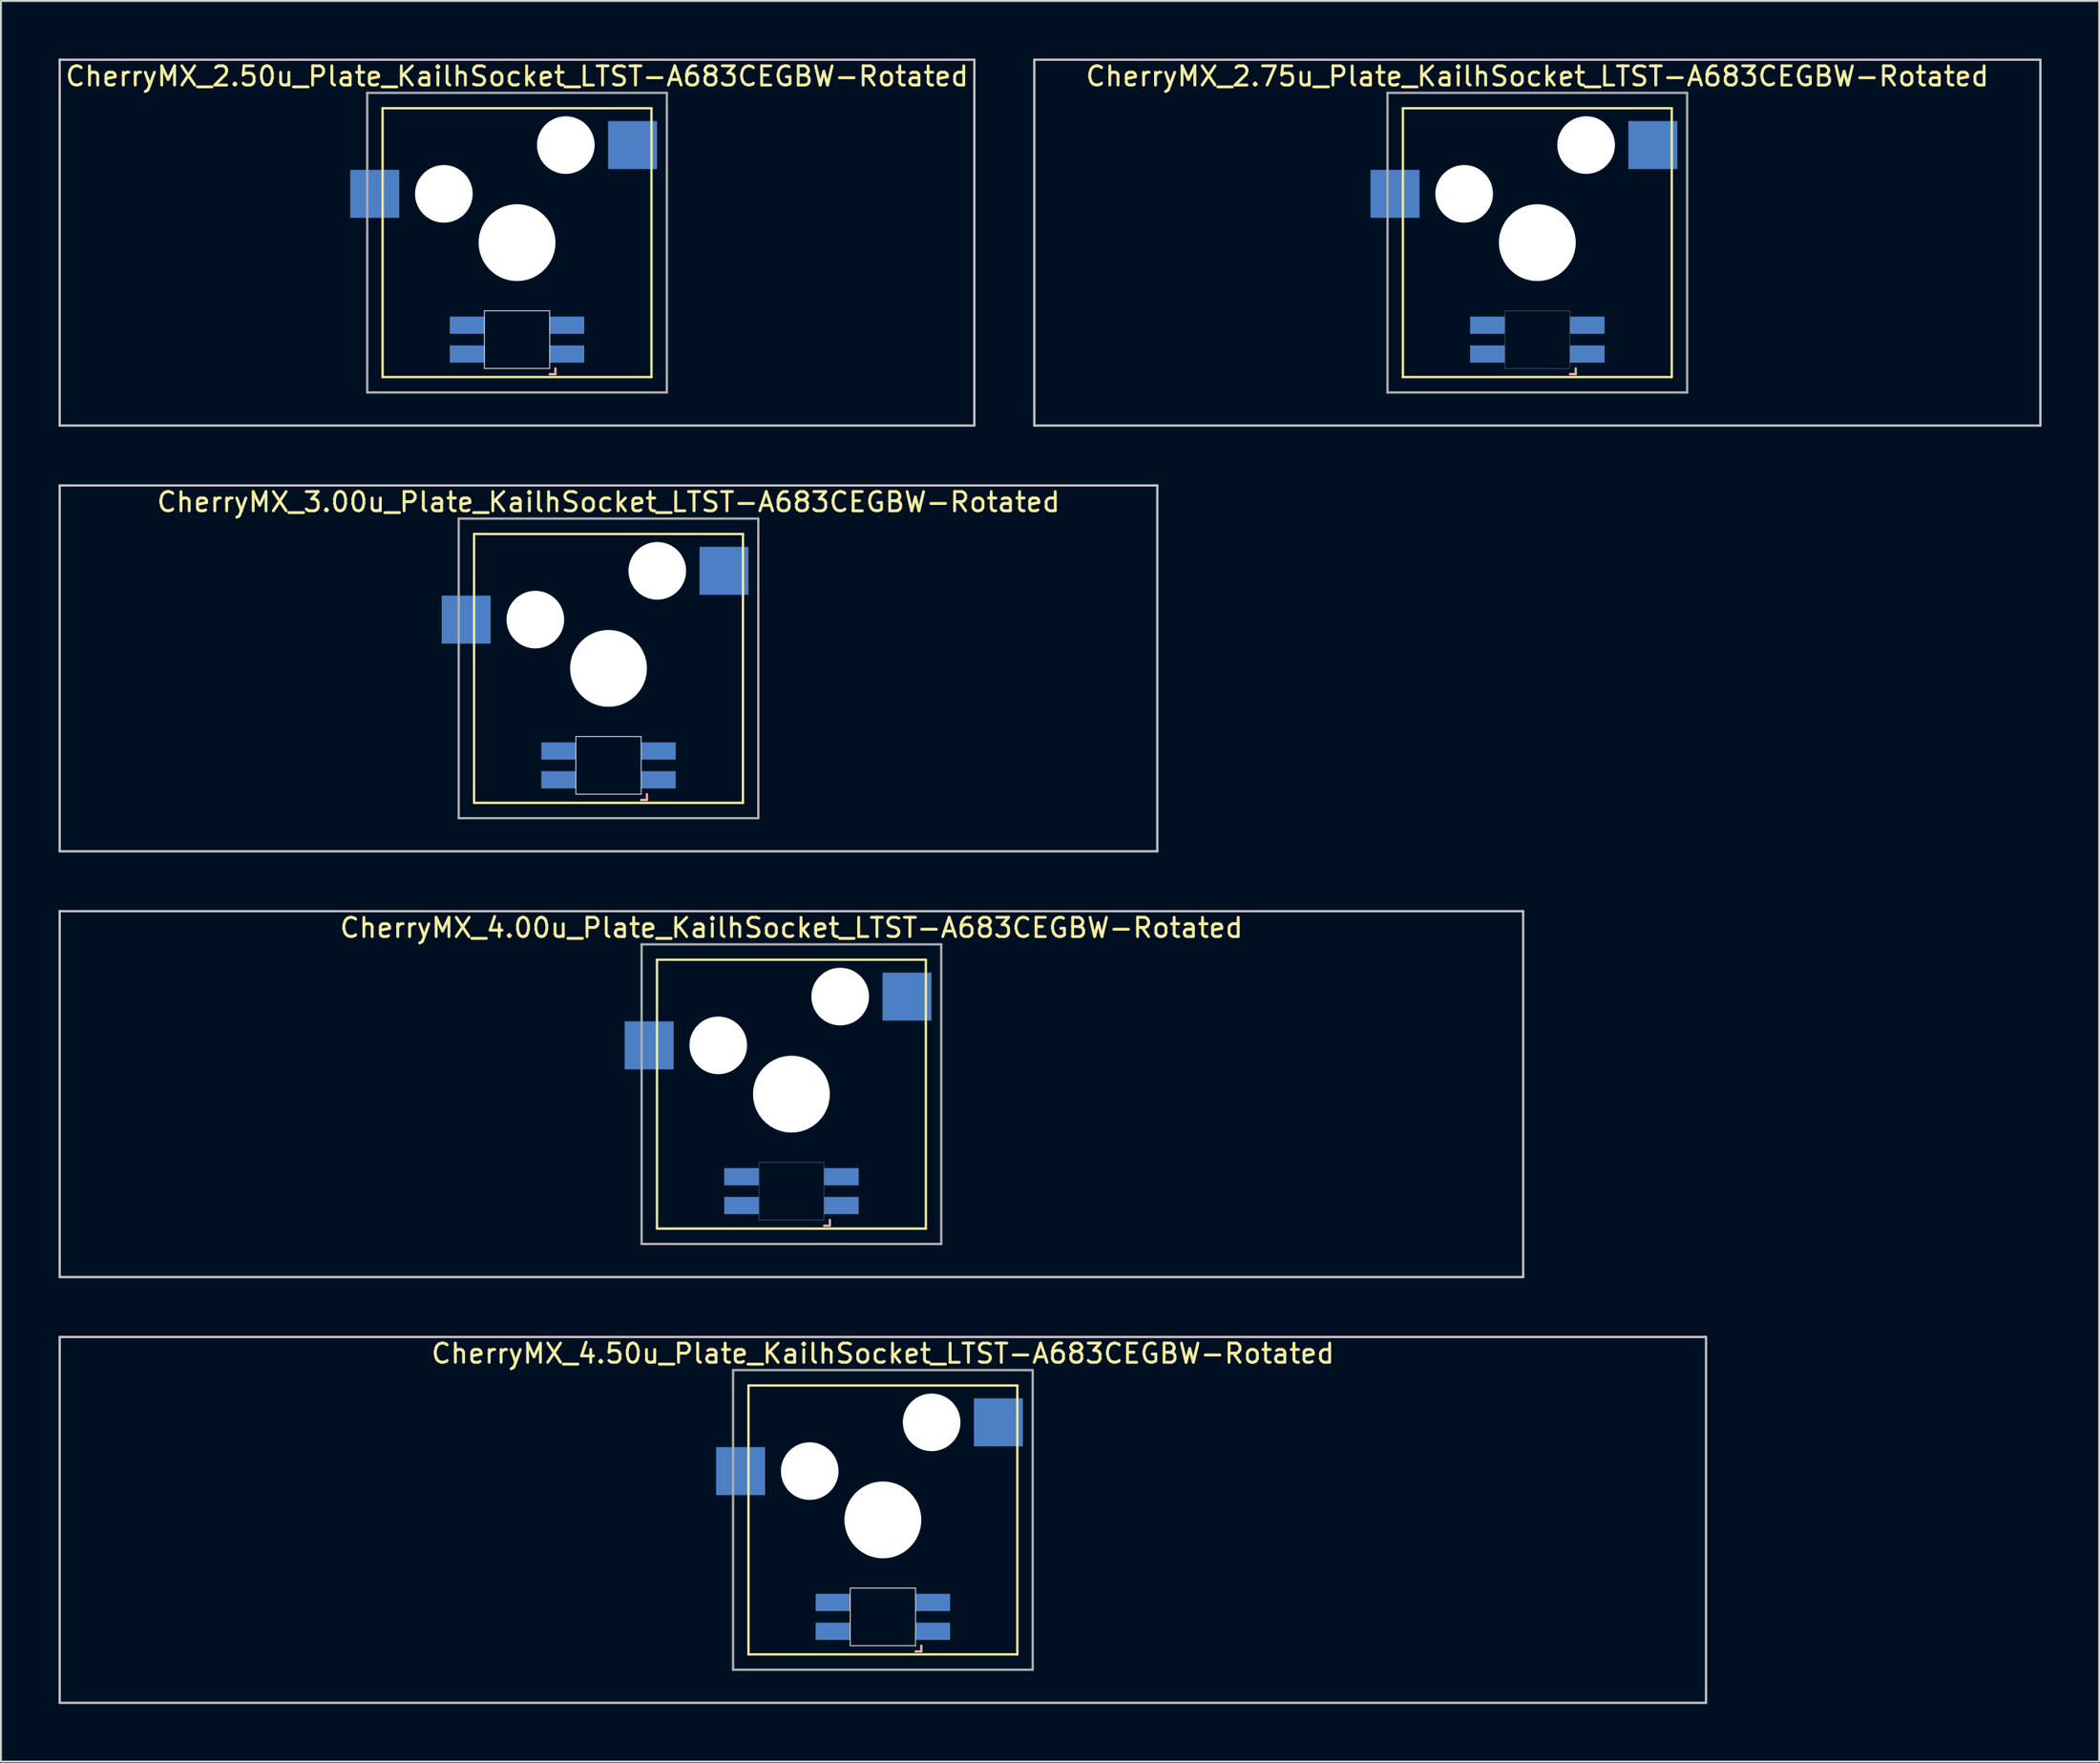
<source format=kicad_pcb>
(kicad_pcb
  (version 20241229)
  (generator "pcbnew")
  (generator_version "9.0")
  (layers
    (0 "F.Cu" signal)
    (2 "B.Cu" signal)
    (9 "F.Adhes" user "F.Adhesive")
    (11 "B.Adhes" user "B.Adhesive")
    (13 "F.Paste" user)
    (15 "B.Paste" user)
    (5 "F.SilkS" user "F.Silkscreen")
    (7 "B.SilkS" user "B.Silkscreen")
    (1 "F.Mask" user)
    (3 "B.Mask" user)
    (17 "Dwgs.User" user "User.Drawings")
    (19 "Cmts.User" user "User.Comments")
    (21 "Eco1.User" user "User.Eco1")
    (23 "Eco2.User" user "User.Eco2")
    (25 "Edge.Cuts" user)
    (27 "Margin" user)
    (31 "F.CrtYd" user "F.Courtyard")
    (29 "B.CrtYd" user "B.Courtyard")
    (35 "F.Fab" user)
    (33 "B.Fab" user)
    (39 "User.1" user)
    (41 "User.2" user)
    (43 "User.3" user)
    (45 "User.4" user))
  (footprint "CherryMX_4.00u_Plate_KailhSocket_LTST-A683CEGBW-Rotated"
    (layer "F.Cu")
    (at 38.16 53.925)
    (property "Reference" "CherryMX_4.00u_Plate_KailhSocket_LTST-A683CEGBW-Rotated" (at 0 -8.662 0) (layer "F.SilkS") (effects (font (size 1 1) (thickness 0.15))))
    (attr through_hole)
    (fp_line (start -7 -7) (end -7 7) (stroke (width 0.12) (type solid)) (layer "F.SilkS"))
    (fp_line (start -7 -7) (end 7 -7) (stroke (width 0.12) (type solid)) (layer "F.SilkS"))
    (fp_line (start 7 -7) (end 7 7) (stroke (width 0.12) (type solid)) (layer "F.SilkS"))
    (fp_line (start 7 7) (end -7 7) (stroke (width 0.12) (type solid)) (layer "F.SilkS"))
    (fp_line (start 1.7 6.85) (end 2 6.85) (stroke (width 0.12) (type solid)) (layer "B.SilkS"))
    (fp_line (start 2 6.85) (end 2 6.55) (stroke (width 0.12) (type solid)) (layer "B.SilkS"))
    (fp_line (start -38.1 -9.525) (end 38.1 -9.525) (stroke (width 0.12) (type solid)) (layer "Dwgs.User"))
    (fp_line (start -38.1 9.525) (end -38.1 -9.525) (stroke (width 0.12) (type solid)) (layer "Dwgs.User"))
    (fp_line (start 38.1 -9.525) (end 38.1 9.525) (stroke (width 0.12) (type solid)) (layer "Dwgs.User"))
    (fp_line (start 38.1 9.525) (end -38.1 9.525) (stroke (width 0.12) (type solid)) (layer "Dwgs.User"))
    (fp_poly (pts (xy -1.7 3.55) (xy 1.7 3.55) (xy 1.7 6.55) (xy -1.7 6.55)) (stroke (width 0.01) (type solid)) (fill no) (layer "Edge.Cuts"))
    (fp_line (start -7.8 -7.8) (end -7.8 7.8) (stroke (width 0.12) (type solid)) (layer "F.Fab"))
    (fp_line (start -7.8 -7.8) (end 7.8 -7.8) (stroke (width 0.12) (type solid)) (layer "F.Fab"))
    (fp_line (start -7.8 7.8) (end 7.8 7.8) (stroke (width 0.12) (type solid)) (layer "F.Fab"))
    (fp_line (start 7.8 -7.8) (end 7.8 7.8) (stroke (width 0.12) (type solid)) (layer "F.Fab"))
    (pad "" np_thru_hole circle (at -3.81 -2.54) (size 3 3) (drill 3) (layers "*.Cu" "*.Mask"))
    (pad "" np_thru_hole circle (at 0 0) (size 4 4) (drill 4) (layers "*.Cu" "*.Mask"))
    (pad "" np_thru_hole circle (at 2.54 -5.08) (size 3 3) (drill 3) (layers "*.Cu" "*.Mask"))
    (pad "1" smd rect (at -7.41 -2.54) (size 2.55 2.5) (layers "B.Cu" "B.Mask" "B.Paste"))
    (pad "2" smd rect (at 6.015 -5.08) (size 2.55 2.5) (layers "B.Cu" "B.Mask" "B.Paste"))
    (pad "3" smd rect (at 2.6 5.8 180) (size 1.8 0.9) (layers "B.Cu" "B.Mask" "B.Paste"))
    (pad "4" smd rect (at 2.6 4.3 180) (size 1.8 0.9) (layers "B.Cu" "B.Mask" "B.Paste"))
    (pad "5" smd rect (at -2.6 5.8 180) (size 1.8 0.9) (layers "B.Cu" "B.Mask" "B.Paste"))
    (pad "6" smd rect (at -2.6 4.3 180) (size 1.8 0.9) (layers "B.Cu" "B.Mask" "B.Paste")))
  (footprint "CherryMX_2.75u_Plate_KailhSocket_LTST-A683CEGBW-Rotated"
    (layer "F.Cu")
    (at 76.999 9.585)
    (property "Reference" "CherryMX_2.75u_Plate_KailhSocket_LTST-A683CEGBW-Rotated" (at 0 -8.662 0) (layer "F.SilkS") (effects (font (size 1 1) (thickness 0.15))))
    (attr through_hole)
    (fp_line (start -7 -7) (end -7 7) (stroke (width 0.12) (type solid)) (layer "F.SilkS"))
    (fp_line (start -7 -7) (end 7 -7) (stroke (width 0.12) (type solid)) (layer "F.SilkS"))
    (fp_line (start 7 -7) (end 7 7) (stroke (width 0.12) (type solid)) (layer "F.SilkS"))
    (fp_line (start 7 7) (end -7 7) (stroke (width 0.12) (type solid)) (layer "F.SilkS"))
    (fp_line (start 1.7 6.85) (end 2 6.85) (stroke (width 0.12) (type solid)) (layer "B.SilkS"))
    (fp_line (start 2 6.85) (end 2 6.55) (stroke (width 0.12) (type solid)) (layer "B.SilkS"))
    (fp_line (start -26.194 -9.525) (end 26.194 -9.525) (stroke (width 0.12) (type solid)) (layer "Dwgs.User"))
    (fp_line (start -26.194 9.525) (end -26.194 -9.525) (stroke (width 0.12) (type solid)) (layer "Dwgs.User"))
    (fp_line (start 26.194 -9.525) (end 26.194 9.525) (stroke (width 0.12) (type solid)) (layer "Dwgs.User"))
    (fp_line (start 26.194 9.525) (end -26.194 9.525) (stroke (width 0.12) (type solid)) (layer "Dwgs.User"))
    (fp_poly (pts (xy -1.7 3.55) (xy 1.7 3.55) (xy 1.7 6.55) (xy -1.7 6.55)) (stroke (width 0.01) (type solid)) (fill no) (layer "Edge.Cuts"))
    (fp_line (start -7.8 -7.8) (end -7.8 7.8) (stroke (width 0.12) (type solid)) (layer "F.Fab"))
    (fp_line (start -7.8 -7.8) (end 7.8 -7.8) (stroke (width 0.12) (type solid)) (layer "F.Fab"))
    (fp_line (start -7.8 7.8) (end 7.8 7.8) (stroke (width 0.12) (type solid)) (layer "F.Fab"))
    (fp_line (start 7.8 -7.8) (end 7.8 7.8) (stroke (width 0.12) (type solid)) (layer "F.Fab"))
    (pad "" np_thru_hole circle (at -3.81 -2.54) (size 3 3) (drill 3) (layers "*.Cu" "*.Mask"))
    (pad "" np_thru_hole circle (at 0 0) (size 4 4) (drill 4) (layers "*.Cu" "*.Mask"))
    (pad "" np_thru_hole circle (at 2.54 -5.08) (size 3 3) (drill 3) (layers "*.Cu" "*.Mask"))
    (pad "1" smd rect (at -7.41 -2.54) (size 2.55 2.5) (layers "B.Cu" "B.Mask" "B.Paste"))
    (pad "2" smd rect (at 6.015 -5.08) (size 2.55 2.5) (layers "B.Cu" "B.Mask" "B.Paste"))
    (pad "3" smd rect (at 2.6 5.8 180) (size 1.8 0.9) (layers "B.Cu" "B.Mask" "B.Paste"))
    (pad "4" smd rect (at 2.6 4.3 180) (size 1.8 0.9) (layers "B.Cu" "B.Mask" "B.Paste"))
    (pad "5" smd rect (at -2.6 5.8 180) (size 1.8 0.9) (layers "B.Cu" "B.Mask" "B.Paste"))
    (pad "6" smd rect (at -2.6 4.3 180) (size 1.8 0.9) (layers "B.Cu" "B.Mask" "B.Paste")))
  (footprint "CherryMX_3.00u_Plate_KailhSocket_LTST-A683CEGBW-Rotated"
    (layer "F.Cu")
    (at 28.635 31.755)
    (property "Reference" "CherryMX_3.00u_Plate_KailhSocket_LTST-A683CEGBW-Rotated" (at 0 -8.662 0) (layer "F.SilkS") (effects (font (size 1 1) (thickness 0.15))))
    (attr through_hole)
    (fp_line (start -7 -7) (end -7 7) (stroke (width 0.12) (type solid)) (layer "F.SilkS"))
    (fp_line (start -7 -7) (end 7 -7) (stroke (width 0.12) (type solid)) (layer "F.SilkS"))
    (fp_line (start 7 -7) (end 7 7) (stroke (width 0.12) (type solid)) (layer "F.SilkS"))
    (fp_line (start 7 7) (end -7 7) (stroke (width 0.12) (type solid)) (layer "F.SilkS"))
    (fp_line (start 1.7 6.85) (end 2 6.85) (stroke (width 0.12) (type solid)) (layer "B.SilkS"))
    (fp_line (start 2 6.85) (end 2 6.55) (stroke (width 0.12) (type solid)) (layer "B.SilkS"))
    (fp_line (start -28.575 -9.525) (end 28.575 -9.525) (stroke (width 0.12) (type solid)) (layer "Dwgs.User"))
    (fp_line (start -28.575 9.525) (end -28.575 -9.525) (stroke (width 0.12) (type solid)) (layer "Dwgs.User"))
    (fp_line (start 28.575 -9.525) (end 28.575 9.525) (stroke (width 0.12) (type solid)) (layer "Dwgs.User"))
    (fp_line (start 28.575 9.525) (end -28.575 9.525) (stroke (width 0.12) (type solid)) (layer "Dwgs.User"))
    (fp_line (start -1.7 3.55) (end 1.7 3.55) (stroke (width 0.05) (type solid)) (layer "Edge.Cuts"))
    (fp_line (start -1.7 6.55) (end -1.7 3.55) (stroke (width 0.05) (type solid)) (layer "Edge.Cuts"))
    (fp_line (start 1.7 3.55) (end 1.7 6.55) (stroke (width 0.05) (type solid)) (layer "Edge.Cuts"))
    (fp_line (start 1.7 6.55) (end -1.7 6.55) (stroke (width 0.05) (type solid)) (layer "Edge.Cuts"))
    (fp_line (start -7.8 -7.8) (end -7.8 7.8) (stroke (width 0.12) (type solid)) (layer "F.Fab"))
    (fp_line (start -7.8 -7.8) (end 7.8 -7.8) (stroke (width 0.12) (type solid)) (layer "F.Fab"))
    (fp_line (start -7.8 7.8) (end 7.8 7.8) (stroke (width 0.12) (type solid)) (layer "F.Fab"))
    (fp_line (start 7.8 -7.8) (end 7.8 7.8) (stroke (width 0.12) (type solid)) (layer "F.Fab"))
    (pad "" np_thru_hole circle (at -3.81 -2.54) (size 3 3) (drill 3) (layers "*.Cu" "*.Mask"))
    (pad "" np_thru_hole circle (at 0 0) (size 4 4) (drill 4) (layers "*.Cu" "*.Mask"))
    (pad "" np_thru_hole circle (at 2.54 -5.08) (size 3 3) (drill 3) (layers "*.Cu" "*.Mask"))
    (pad "1" smd rect (at -7.41 -2.54) (size 2.55 2.5) (layers "B.Cu" "B.Mask" "B.Paste"))
    (pad "2" smd rect (at 6.015 -5.08) (size 2.55 2.5) (layers "B.Cu" "B.Mask" "B.Paste"))
    (pad "3" smd rect (at 2.6 5.8 180) (size 1.8 0.9) (layers "B.Cu" "B.Mask" "B.Paste"))
    (pad "4" smd rect (at 2.6 4.3 180) (size 1.8 0.9) (layers "B.Cu" "B.Mask" "B.Paste"))
    (pad "5" smd rect (at -2.6 5.8 180) (size 1.8 0.9) (layers "B.Cu" "B.Mask" "B.Paste"))
    (pad "6" smd rect (at -2.6 4.3 180) (size 1.8 0.9) (layers "B.Cu" "B.Mask" "B.Paste")))
  (footprint "CherryMX_4.50u_Plate_KailhSocket_LTST-A683CEGBW-Rotated"
    (layer "F.Cu")
    (at 42.922 76.095)
    (property "Reference" "CherryMX_4.50u_Plate_KailhSocket_LTST-A683CEGBW-Rotated" (at 0 -8.662 0) (layer "F.SilkS") (effects (font (size 1 1) (thickness 0.15))))
    (attr through_hole)
    (fp_line (start -7 -7) (end -7 7) (stroke (width 0.12) (type solid)) (layer "F.SilkS"))
    (fp_line (start -7 -7) (end 7 -7) (stroke (width 0.12) (type solid)) (layer "F.SilkS"))
    (fp_line (start 7 -7) (end 7 7) (stroke (width 0.12) (type solid)) (layer "F.SilkS"))
    (fp_line (start 7 7) (end -7 7) (stroke (width 0.12) (type solid)) (layer "F.SilkS"))
    (fp_line (start 1.7 6.85) (end 2 6.85) (stroke (width 0.12) (type solid)) (layer "B.SilkS"))
    (fp_line (start 2 6.85) (end 2 6.55) (stroke (width 0.12) (type solid)) (layer "B.SilkS"))
    (fp_line (start -42.862 -9.525) (end 42.862 -9.525) (stroke (width 0.12) (type solid)) (layer "Dwgs.User"))
    (fp_line (start -42.862 9.525) (end -42.862 -9.525) (stroke (width 0.12) (type solid)) (layer "Dwgs.User"))
    (fp_line (start 42.862 -9.525) (end 42.862 9.525) (stroke (width 0.12) (type solid)) (layer "Dwgs.User"))
    (fp_line (start 42.862 9.525) (end -42.862 9.525) (stroke (width 0.12) (type solid)) (layer "Dwgs.User"))
    (fp_line (start -1.7 3.55) (end 1.7 3.55) (stroke (width 0.05) (type solid)) (layer "Edge.Cuts"))
    (fp_line (start -1.7 6.55) (end -1.7 3.55) (stroke (width 0.05) (type solid)) (layer "Edge.Cuts"))
    (fp_line (start 1.7 3.55) (end 1.7 6.55) (stroke (width 0.05) (type solid)) (layer "Edge.Cuts"))
    (fp_line (start 1.7 6.55) (end -1.7 6.55) (stroke (width 0.05) (type solid)) (layer "Edge.Cuts"))
    (fp_line (start -7.8 -7.8) (end -7.8 7.8) (stroke (width 0.12) (type solid)) (layer "F.Fab"))
    (fp_line (start -7.8 -7.8) (end 7.8 -7.8) (stroke (width 0.12) (type solid)) (layer "F.Fab"))
    (fp_line (start -7.8 7.8) (end 7.8 7.8) (stroke (width 0.12) (type solid)) (layer "F.Fab"))
    (fp_line (start 7.8 -7.8) (end 7.8 7.8) (stroke (width 0.12) (type solid)) (layer "F.Fab"))
    (pad "" np_thru_hole circle (at -3.81 -2.54) (size 3 3) (drill 3) (layers "*.Cu" "*.Mask"))
    (pad "" np_thru_hole circle (at 0 0) (size 4 4) (drill 4) (layers "*.Cu" "*.Mask"))
    (pad "" np_thru_hole circle (at 2.54 -5.08) (size 3 3) (drill 3) (layers "*.Cu" "*.Mask"))
    (pad "1" smd rect (at -7.41 -2.54) (size 2.55 2.5) (layers "B.Cu" "B.Mask" "B.Paste"))
    (pad "2" smd rect (at 6.015 -5.08) (size 2.55 2.5) (layers "B.Cu" "B.Mask" "B.Paste"))
    (pad "3" smd rect (at 2.6 5.8) (size 1.8 0.9) (layers "B.Cu" "B.Mask" "B.Paste"))
    (pad "4" smd rect (at 2.6 4.3) (size 1.8 0.9) (layers "B.Cu" "B.Mask" "B.Paste"))
    (pad "5" smd rect (at -2.6 5.8) (size 1.8 0.9) (layers "B.Cu" "B.Mask" "B.Paste"))
    (pad "6" smd rect (at -2.6 4.3) (size 1.8 0.9) (layers "B.Cu" "B.Mask" "B.Paste")))
  (footprint "CherryMX_2.50u_Plate_KailhSocket_LTST-A683CEGBW-Rotated"
    (layer "F.Cu")
    (at 23.872 9.585)
    (property "Reference" "CherryMX_2.50u_Plate_KailhSocket_LTST-A683CEGBW-Rotated" (at 0 -8.662 0) (layer "F.SilkS") (effects (font (size 1 1) (thickness 0.15))))
    (attr through_hole)
    (fp_line (start -7 -7) (end -7 7) (stroke (width 0.12) (type solid)) (layer "F.SilkS"))
    (fp_line (start -7 -7) (end 7 -7) (stroke (width 0.12) (type solid)) (layer "F.SilkS"))
    (fp_line (start 7 -7) (end 7 7) (stroke (width 0.12) (type solid)) (layer "F.SilkS"))
    (fp_line (start 7 7) (end -7 7) (stroke (width 0.12) (type solid)) (layer "F.SilkS"))
    (fp_line (start 1.7 6.85) (end 2 6.85) (stroke (width 0.12) (type solid)) (layer "B.SilkS"))
    (fp_line (start 2 6.85) (end 2 6.55) (stroke (width 0.12) (type solid)) (layer "B.SilkS"))
    (fp_line (start -23.812 -9.525) (end 23.812 -9.525) (stroke (width 0.12) (type solid)) (layer "Dwgs.User"))
    (fp_line (start -23.812 9.525) (end -23.812 -9.525) (stroke (width 0.12) (type solid)) (layer "Dwgs.User"))
    (fp_line (start 23.812 -9.525) (end 23.812 9.525) (stroke (width 0.12) (type solid)) (layer "Dwgs.User"))
    (fp_line (start 23.812 9.525) (end -23.812 9.525) (stroke (width 0.12) (type solid)) (layer "Dwgs.User"))
    (fp_line (start -1.7 3.55) (end 1.7 3.55) (stroke (width 0.05) (type solid)) (layer "Edge.Cuts"))
    (fp_line (start -1.7 6.55) (end -1.7 3.55) (stroke (width 0.05) (type solid)) (layer "Edge.Cuts"))
    (fp_line (start 1.7 3.55) (end 1.7 6.55) (stroke (width 0.05) (type solid)) (layer "Edge.Cuts"))
    (fp_line (start 1.7 6.55) (end -1.7 6.55) (stroke (width 0.05) (type solid)) (layer "Edge.Cuts"))
    (fp_line (start -7.8 -7.8) (end -7.8 7.8) (stroke (width 0.12) (type solid)) (layer "F.Fab"))
    (fp_line (start -7.8 -7.8) (end 7.8 -7.8) (stroke (width 0.12) (type solid)) (layer "F.Fab"))
    (fp_line (start -7.8 7.8) (end 7.8 7.8) (stroke (width 0.12) (type solid)) (layer "F.Fab"))
    (fp_line (start 7.8 -7.8) (end 7.8 7.8) (stroke (width 0.12) (type solid)) (layer "F.Fab"))
    (pad "" np_thru_hole circle (at -3.81 -2.54) (size 3 3) (drill 3) (layers "*.Cu" "*.Mask"))
    (pad "" np_thru_hole circle (at 0 0) (size 4 4) (drill 4) (layers "*.Cu" "*.Mask"))
    (pad "" np_thru_hole circle (at 2.54 -5.08) (size 3 3) (drill 3) (layers "*.Cu" "*.Mask"))
    (pad "1" smd rect (at -7.41 -2.54) (size 2.55 2.5) (layers "B.Cu" "B.Mask" "B.Paste"))
    (pad "2" smd rect (at 6.015 -5.08) (size 2.55 2.5) (layers "B.Cu" "B.Mask" "B.Paste"))
    (pad "3" smd rect (at 2.6 5.8) (size 1.8 0.9) (layers "B.Cu" "B.Mask" "B.Paste"))
    (pad "4" smd rect (at 2.6 4.3) (size 1.8 0.9) (layers "B.Cu" "B.Mask" "B.Paste"))
    (pad "5" smd rect (at -2.6 5.8) (size 1.8 0.9) (layers "B.Cu" "B.Mask" "B.Paste"))
    (pad "6" smd rect (at -2.6 4.3) (size 1.8 0.9) (layers "B.Cu" "B.Mask" "B.Paste")))
  (gr_rect
    (start -3 -3)
    (end 106.252 88.68)
    (stroke (width 0.1) (type default))
    (fill no)
    (layer "Edge.Cuts")))
</source>
